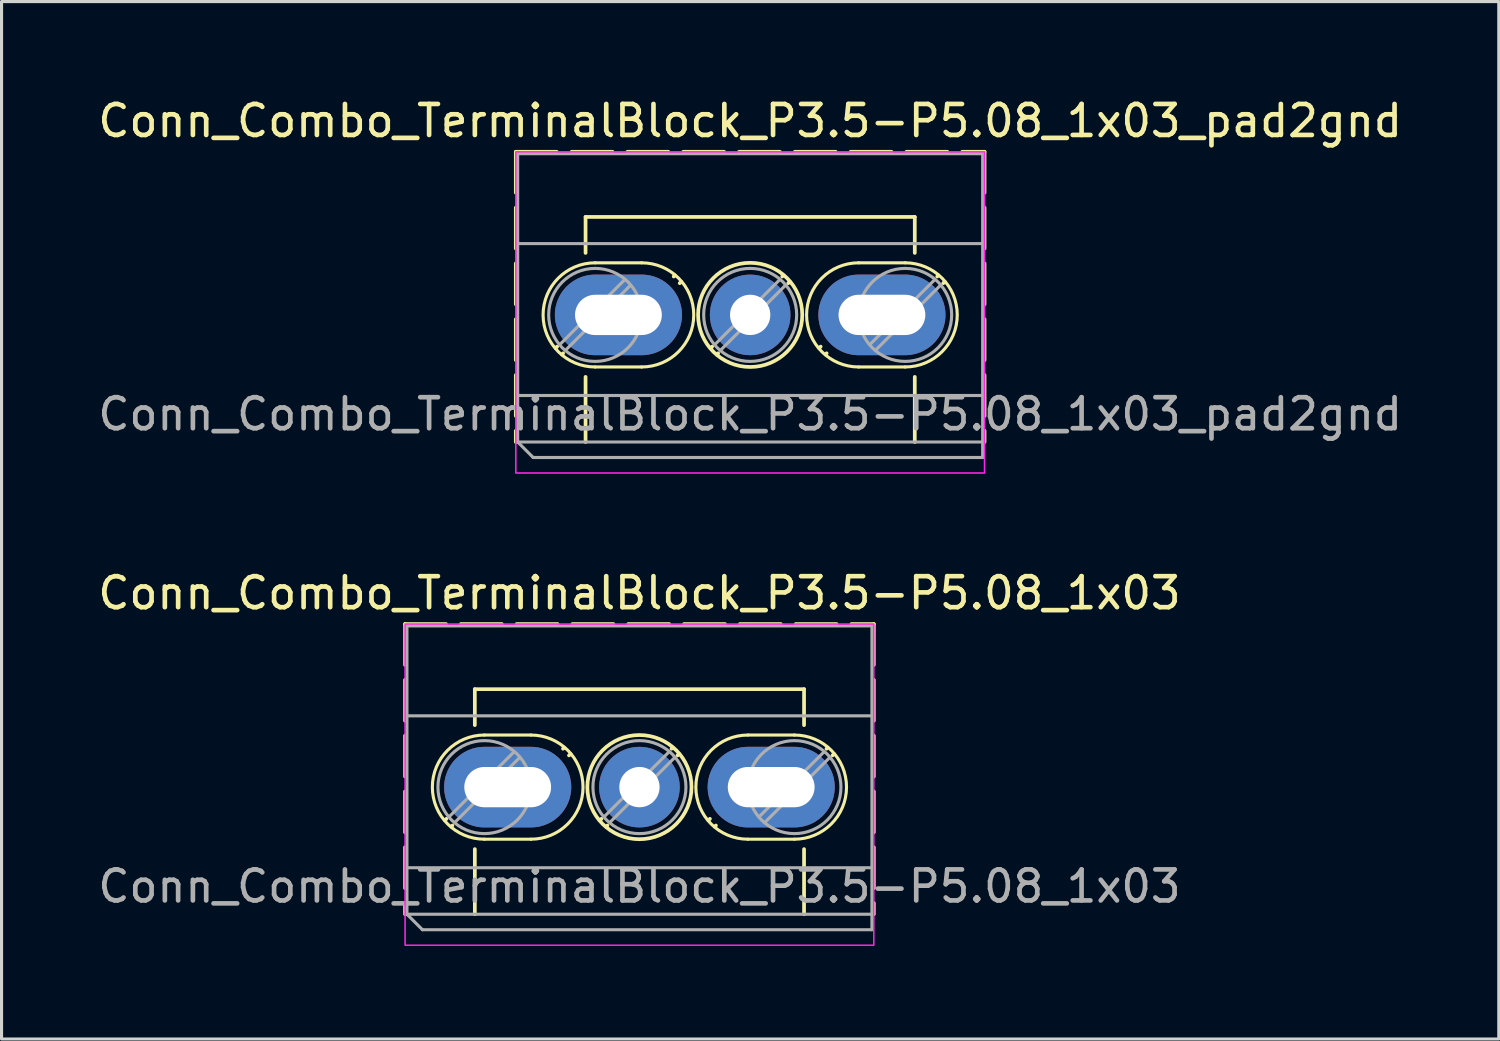
<source format=kicad_pcb>
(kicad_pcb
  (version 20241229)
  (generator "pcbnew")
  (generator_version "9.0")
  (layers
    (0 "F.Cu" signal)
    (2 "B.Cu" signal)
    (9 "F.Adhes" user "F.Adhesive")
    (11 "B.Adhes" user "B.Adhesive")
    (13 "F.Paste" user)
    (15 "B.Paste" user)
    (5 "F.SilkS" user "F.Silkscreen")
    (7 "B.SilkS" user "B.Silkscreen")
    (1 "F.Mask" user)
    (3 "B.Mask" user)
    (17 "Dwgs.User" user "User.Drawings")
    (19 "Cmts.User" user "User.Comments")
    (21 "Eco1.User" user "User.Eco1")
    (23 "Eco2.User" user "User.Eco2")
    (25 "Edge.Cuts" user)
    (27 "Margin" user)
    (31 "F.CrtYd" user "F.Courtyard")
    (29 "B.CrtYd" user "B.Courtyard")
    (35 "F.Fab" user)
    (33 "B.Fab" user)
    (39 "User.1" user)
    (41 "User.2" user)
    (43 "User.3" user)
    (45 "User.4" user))
  (footprint "Conn_Combo_TerminalBlock_P3.5-P5.08_1x03_pad2gnd"
    (layer "F.Cu")
    (at 16.149 7.108)
    (property "Reference" "Conn_Combo_TerminalBlock_P3.5-P5.08_1x03_pad2gnd" (at 5 -6.26 0) (layer "F.SilkS") (effects (font (size 1 1) (thickness 0.15))))
    (attr through_hole)
    (fp_line (start -2.56 -5.261) (end -2.56 4.1) (stroke (width 0.12) (type dash)) (layer "F.SilkS"))
    (fp_line (start -2.56 -5.261) (end 12.56 -5.261) (stroke (width 0.12) (type dash)) (layer "F.SilkS"))
    (fp_line (start -1.227 1.023) (end -1.274 1.069) (stroke (width 0.12) (type solid)) (layer "F.SilkS"))
    (fp_line (start -1.034 1.239) (end -1.069 1.274) (stroke (width 0.12) (type solid)) (layer "F.SilkS"))
    (fp_line (start -0.31 -3.16) (end -0.31 -2) (stroke (width 0.12) (type solid)) (layer "F.SilkS"))
    (fp_line (start -0.31 -3.16) (end 10.31 -3.16) (stroke (width 0.12) (type solid)) (layer "F.SilkS"))
    (fp_line (start -0.31 2) (end -0.31 4.1) (stroke (width 0.12) (type solid)) (layer "F.SilkS"))
    (fp_line (start 0 -1.68) (end 1.5 -1.68) (stroke (width 0.1) (type default)) (layer "F.SilkS"))
    (fp_line (start 0 1.68) (end 1.5 1.68) (stroke (width 0.1) (type default)) (layer "F.SilkS"))
    (fp_line (start 2.57 -1.275) (end 2.535 -1.239) (stroke (width 0.12) (type solid)) (layer "F.SilkS"))
    (fp_line (start 2.775 -1.069) (end 2.728 -1.023) (stroke (width 0.12) (type solid)) (layer "F.SilkS"))
    (fp_line (start 3.773 1.023) (end 3.726 1.069) (stroke (width 0.12) (type solid)) (layer "F.SilkS"))
    (fp_line (start 3.966 1.239) (end 3.931 1.274) (stroke (width 0.12) (type solid)) (layer "F.SilkS"))
    (fp_line (start 6.07 -1.275) (end 6.035 -1.239) (stroke (width 0.12) (type solid)) (layer "F.SilkS"))
    (fp_line (start 6.275 -1.069) (end 6.228 -1.023) (stroke (width 0.12) (type solid)) (layer "F.SilkS"))
    (fp_line (start 7.273 1.023) (end 7.226 1.069) (stroke (width 0.12) (type solid)) (layer "F.SilkS"))
    (fp_line (start 7.466 1.239) (end 7.431 1.274) (stroke (width 0.12) (type solid)) (layer "F.SilkS"))
    (fp_line (start 8.5 -1.68) (end 10 -1.68) (stroke (width 0.1) (type default)) (layer "F.SilkS"))
    (fp_line (start 8.5 1.68) (end 10 1.68) (stroke (width 0.1) (type default)) (layer "F.SilkS"))
    (fp_line (start 10.31 -3.16) (end 10.31 -2) (stroke (width 0.12) (type solid)) (layer "F.SilkS"))
    (fp_line (start 10.31 2) (end 10.31 4.1) (stroke (width 0.12) (type solid)) (layer "F.SilkS"))
    (fp_line (start 11.07 -1.275) (end 11.035 -1.239) (stroke (width 0.12) (type solid)) (layer "F.SilkS"))
    (fp_line (start 11.275 -1.069) (end 11.228 -1.023) (stroke (width 0.12) (type solid)) (layer "F.SilkS"))
    (fp_line (start 12.56 -5.261) (end 12.56 4.1) (stroke (width 0.12) (type dash)) (layer "F.SilkS"))
    (fp_arc (start 0 1.68) (mid -1.68 0) (end 0 -1.68) (stroke (width 0.1) (type default)) (layer "F.SilkS"))
    (fp_arc (start 1.5 -1.68) (mid 3.18 0) (end 1.5 1.68) (stroke (width 0.1) (type default)) (layer "F.SilkS"))
    (fp_arc (start 8.5 1.68) (mid 6.82 0) (end 8.5 -1.68) (stroke (width 0.1) (type default)) (layer "F.SilkS"))
    (fp_arc (start 10 -1.68) (mid 11.68 0) (end 10 1.68) (stroke (width 0.1) (type default)) (layer "F.SilkS"))
    (fp_circle (center 5 0) (end 6.68 0) (stroke (width 0.12) (type solid)) (fill no) (layer "F.SilkS"))
    (fp_rect (start -2.56 -5.261) (end 12.56 5.1) (stroke (width 0.05) (type default)) (fill no) (layer "F.CrtYd"))
    (fp_line (start -2.5 -5.2) (end 12.5 -5.2) (stroke (width 0.1) (type solid)) (layer "F.Fab"))
    (fp_line (start -2.5 -2.3) (end 12.5 -2.3) (stroke (width 0.1) (type solid)) (layer "F.Fab"))
    (fp_line (start -2.5 2.6) (end 12.5 2.6) (stroke (width 0.1) (type solid)) (layer "F.Fab"))
    (fp_line (start -2.5 4.1) (end -2.5 -5.2) (stroke (width 0.1) (type solid)) (layer "F.Fab"))
    (fp_line (start -2.5 4.1) (end 12.5 4.1) (stroke (width 0.1) (type solid)) (layer "F.Fab"))
    (fp_line (start -2 4.6) (end -2.5 4.1) (stroke (width 0.1) (type solid)) (layer "F.Fab"))
    (fp_line (start 0.955 -1.138) (end -1.138 0.955) (stroke (width 0.1) (type solid)) (layer "F.Fab"))
    (fp_line (start 1.138 -0.955) (end -0.955 1.138) (stroke (width 0.1) (type solid)) (layer "F.Fab"))
    (fp_line (start 5.955 -1.138) (end 3.863 0.955) (stroke (width 0.1) (type solid)) (layer "F.Fab"))
    (fp_line (start 6.138 -0.955) (end 4.046 1.138) (stroke (width 0.1) (type solid)) (layer "F.Fab"))
    (fp_line (start 10.955 -1.138) (end 8.863 0.955) (stroke (width 0.1) (type solid)) (layer "F.Fab"))
    (fp_line (start 11.138 -0.955) (end 9.046 1.138) (stroke (width 0.1) (type solid)) (layer "F.Fab"))
    (fp_line (start 12.5 -5.2) (end 12.5 4.6) (stroke (width 0.1) (type solid)) (layer "F.Fab"))
    (fp_line (start 12.5 4.6) (end -2 4.6) (stroke (width 0.1) (type solid)) (layer "F.Fab"))
    (fp_circle (center 0 0) (end 1.5 0) (stroke (width 0.1) (type solid)) (fill no) (layer "F.Fab"))
    (fp_circle (center 5 0) (end 6.5 0) (stroke (width 0.1) (type solid)) (fill no) (layer "F.Fab"))
    (fp_circle (center 10 0) (end 11.5 0) (stroke (width 0.1) (type solid)) (fill no) (layer "F.Fab"))
    (fp_text user "${REFERENCE}" (at 5 3.2 0) (layer "F.Fab") (effects (font (size 1 1) (thickness 0.15))))
    (pad "1" thru_hole oval (at 0.75 0) (size 4.1 2.6) (drill oval 2.8 1.3) (layers "*.Cu" "*.Mask"))
    (pad "2" thru_hole circle (at 5 0) (size 2.6 2.6) (drill 1.3) (layers "*.Cu" "*.Mask"))
    (pad "3" thru_hole oval (at 9.25 0) (size 4.1 2.6) (drill oval 2.8 1.3) (layers "*.Cu" "*.Mask")))
  (footprint "Conn_Combo_TerminalBlock_P3.5-P5.08_1x03"
    (layer "F.Cu")
    (at 12.577 22.341)
    (property "Reference" "Conn_Combo_TerminalBlock_P3.5-P5.08_1x03" (at 5 -6.26 0) (layer "F.SilkS") (effects (font (size 1 1) (thickness 0.15))))
    (attr through_hole)
    (fp_line (start -2.56 -5.261) (end -2.56 4.1) (stroke (width 0.12) (type dash)) (layer "F.SilkS"))
    (fp_line (start -2.56 -5.261) (end 12.56 -5.261) (stroke (width 0.12) (type dash)) (layer "F.SilkS"))
    (fp_line (start -1.227 1.023) (end -1.274 1.069) (stroke (width 0.12) (type solid)) (layer "F.SilkS"))
    (fp_line (start -1.034 1.239) (end -1.069 1.274) (stroke (width 0.12) (type solid)) (layer "F.SilkS"))
    (fp_line (start -0.31 -3.16) (end -0.31 -2) (stroke (width 0.12) (type solid)) (layer "F.SilkS"))
    (fp_line (start -0.31 -3.16) (end 10.31 -3.16) (stroke (width 0.12) (type solid)) (layer "F.SilkS"))
    (fp_line (start -0.31 2) (end -0.31 4.1) (stroke (width 0.12) (type solid)) (layer "F.SilkS"))
    (fp_line (start 0 -1.68) (end 1.5 -1.68) (stroke (width 0.1) (type default)) (layer "F.SilkS"))
    (fp_line (start 0 1.68) (end 1.5 1.68) (stroke (width 0.1) (type default)) (layer "F.SilkS"))
    (fp_line (start 2.57 -1.275) (end 2.535 -1.239) (stroke (width 0.12) (type solid)) (layer "F.SilkS"))
    (fp_line (start 2.775 -1.069) (end 2.728 -1.023) (stroke (width 0.12) (type solid)) (layer "F.SilkS"))
    (fp_line (start 3.773 1.023) (end 3.726 1.069) (stroke (width 0.12) (type solid)) (layer "F.SilkS"))
    (fp_line (start 3.966 1.239) (end 3.931 1.274) (stroke (width 0.12) (type solid)) (layer "F.SilkS"))
    (fp_line (start 6.07 -1.275) (end 6.035 -1.239) (stroke (width 0.12) (type solid)) (layer "F.SilkS"))
    (fp_line (start 6.275 -1.069) (end 6.228 -1.023) (stroke (width 0.12) (type solid)) (layer "F.SilkS"))
    (fp_line (start 7.273 1.023) (end 7.226 1.069) (stroke (width 0.12) (type solid)) (layer "F.SilkS"))
    (fp_line (start 7.466 1.239) (end 7.431 1.274) (stroke (width 0.12) (type solid)) (layer "F.SilkS"))
    (fp_line (start 8.5 -1.68) (end 10 -1.68) (stroke (width 0.1) (type default)) (layer "F.SilkS"))
    (fp_line (start 8.5 1.68) (end 10 1.68) (stroke (width 0.1) (type default)) (layer "F.SilkS"))
    (fp_line (start 10.31 -3.16) (end 10.31 -2) (stroke (width 0.12) (type solid)) (layer "F.SilkS"))
    (fp_line (start 10.31 2) (end 10.31 4.1) (stroke (width 0.12) (type solid)) (layer "F.SilkS"))
    (fp_line (start 11.07 -1.275) (end 11.035 -1.239) (stroke (width 0.12) (type solid)) (layer "F.SilkS"))
    (fp_line (start 11.275 -1.069) (end 11.228 -1.023) (stroke (width 0.12) (type solid)) (layer "F.SilkS"))
    (fp_line (start 12.56 -5.261) (end 12.56 4.1) (stroke (width 0.12) (type dash)) (layer "F.SilkS"))
    (fp_arc (start 0 1.68) (mid -1.68 0) (end 0 -1.68) (stroke (width 0.1) (type default)) (layer "F.SilkS"))
    (fp_arc (start 1.5 -1.68) (mid 3.18 0) (end 1.5 1.68) (stroke (width 0.1) (type default)) (layer "F.SilkS"))
    (fp_arc (start 8.5 1.68) (mid 6.82 0) (end 8.5 -1.68) (stroke (width 0.1) (type default)) (layer "F.SilkS"))
    (fp_arc (start 10 -1.68) (mid 11.68 0) (end 10 1.68) (stroke (width 0.1) (type default)) (layer "F.SilkS"))
    (fp_circle (center 5 0) (end 6.68 0) (stroke (width 0.12) (type solid)) (fill no) (layer "F.SilkS"))
    (fp_rect (start -2.56 -5.261) (end 12.56 5.1) (stroke (width 0.05) (type default)) (fill no) (layer "F.CrtYd"))
    (fp_line (start -2.5 -5.2) (end 12.5 -5.2) (stroke (width 0.1) (type solid)) (layer "F.Fab"))
    (fp_line (start -2.5 -2.3) (end 12.5 -2.3) (stroke (width 0.1) (type solid)) (layer "F.Fab"))
    (fp_line (start -2.5 2.6) (end 12.5 2.6) (stroke (width 0.1) (type solid)) (layer "F.Fab"))
    (fp_line (start -2.5 4.1) (end -2.5 -5.2) (stroke (width 0.1) (type solid)) (layer "F.Fab"))
    (fp_line (start -2.5 4.1) (end 12.5 4.1) (stroke (width 0.1) (type solid)) (layer "F.Fab"))
    (fp_line (start -2 4.6) (end -2.5 4.1) (stroke (width 0.1) (type solid)) (layer "F.Fab"))
    (fp_line (start 0.955 -1.138) (end -1.138 0.955) (stroke (width 0.1) (type solid)) (layer "F.Fab"))
    (fp_line (start 1.138 -0.955) (end -0.955 1.138) (stroke (width 0.1) (type solid)) (layer "F.Fab"))
    (fp_line (start 5.955 -1.138) (end 3.863 0.955) (stroke (width 0.1) (type solid)) (layer "F.Fab"))
    (fp_line (start 6.138 -0.955) (end 4.046 1.138) (stroke (width 0.1) (type solid)) (layer "F.Fab"))
    (fp_line (start 10.955 -1.138) (end 8.863 0.955) (stroke (width 0.1) (type solid)) (layer "F.Fab"))
    (fp_line (start 11.138 -0.955) (end 9.046 1.138) (stroke (width 0.1) (type solid)) (layer "F.Fab"))
    (fp_line (start 12.5 -5.2) (end 12.5 4.6) (stroke (width 0.1) (type solid)) (layer "F.Fab"))
    (fp_line (start 12.5 4.6) (end -2 4.6) (stroke (width 0.1) (type solid)) (layer "F.Fab"))
    (fp_circle (center 0 0) (end 1.5 0) (stroke (width 0.1) (type solid)) (fill no) (layer "F.Fab"))
    (fp_circle (center 5 0) (end 6.5 0) (stroke (width 0.1) (type solid)) (fill no) (layer "F.Fab"))
    (fp_circle (center 10 0) (end 11.5 0) (stroke (width 0.1) (type solid)) (fill no) (layer "F.Fab"))
    (fp_text user "${REFERENCE}" (at 5 3.2 0) (layer "F.Fab") (effects (font (size 1 1) (thickness 0.15))))
    (pad "1" thru_hole oval (at 0.75 0) (size 4.1 2.6) (drill oval 2.8 1.3) (layers "*.Cu" "*.Mask"))
    (pad "2" thru_hole circle (at 5 0) (size 2.6 2.6) (drill 1.3) (layers "*.Cu" "*.Mask"))
    (pad "3" thru_hole oval (at 9.25 0) (size 4.1 2.6) (drill oval 2.8 1.3) (layers "*.Cu" "*.Mask")))
  (gr_rect
    (start -3 -3)
    (end 45.298 30.466)
    (stroke (width 0.1) (type default))
    (fill no)
    (layer "Edge.Cuts")))
</source>
